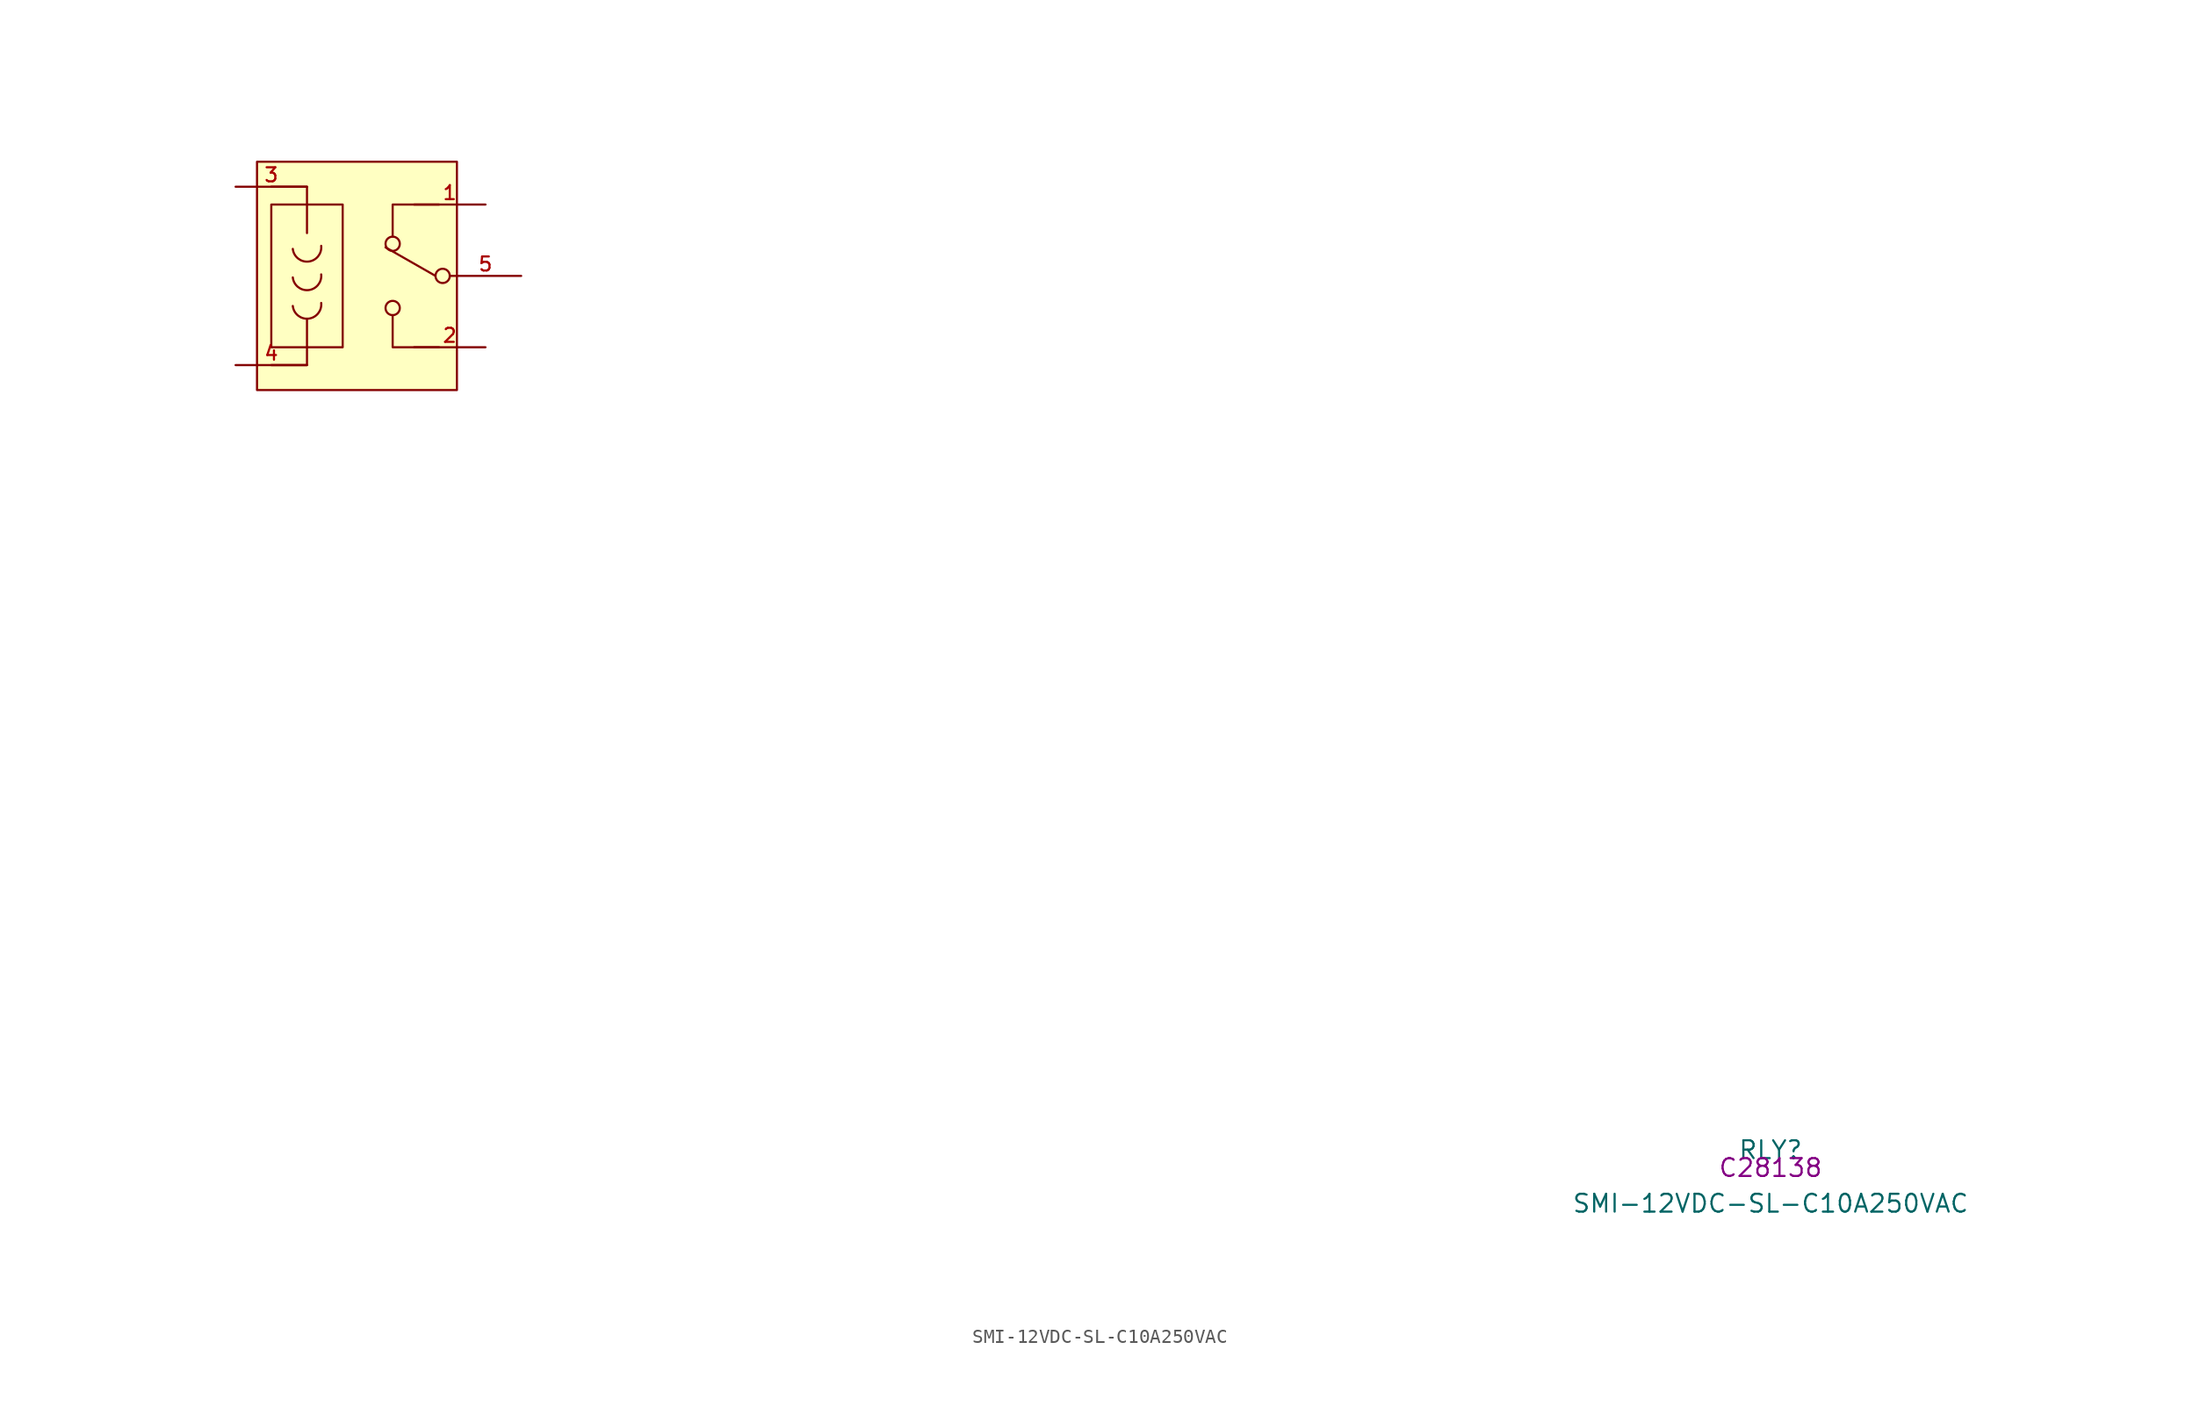
<source format=kicad_sym>
(kicad_symbol_lib
  (version 20210201)
  (generator TousstNicolas/JLC2KiCad_lib)
  (symbol "SMI-12VDC-SL-C10A250VAC"
    (pin_names hide)
    (property "Reference" "RLY"
      (at 0 1.27 0)
      (effects (font (size 1.27 1.27))))
    (property "Value" "SMI-12VDC-SL-C10A250VAC"
      (at 0 -2.54 0)
      (effects (font (size 1.27 1.27))))
    (property "LCSC" "C28138"
      (at 0 0 0)
      (effects (font (size 1.27 1.27))))
    (symbol "SMI-12VDC-SL-C10A250VAC_0_0"
      (rectangle (start -106.68 68.58) (end -101.6 58.42) (stroke (width 0) (type default) (color 0 0 0 0)) (fill (type background)))
      (arc (start -103.12973801016545 65.63982679736533) (mid -104.03217323076503 64.52173793224816) (end -105.15026207941264 65.424173173253) (stroke (width 0) (type default) (color 0 0 0 0)) (fill (type none)))
      (arc (start -103.12973801016545 63.60782679736533) (mid -104.03217323076503 62.48973793224816) (end -105.15026207941264 63.39217317325299) (stroke (width 0) (type default) (color 0 0 0 0)) (fill (type none)))
      (arc (start -103.12973801016545 61.57582679736533) (mid -104.03217323076503 60.45773793224816) (end -105.15026207941264 61.36017317325299) (stroke (width 0) (type default) (color 0 0 0 0)) (fill (type none)))
      (polyline (pts (xy -104.14 66.548) (xy -104.14 69.85) (xy -106.68 69.85)) (stroke (width 0) (type default) (color 0 0 0 0)) (fill (type none)))
      (polyline (pts (xy -104.14 60.452) (xy -104.14 57.15) (xy -106.68 57.15)) (stroke (width 0) (type default) (color 0 0 0 0)) (fill (type none)))
      (circle (center -98.044 65.786) (radius 0.508) (stroke (width 0) (type default) (color 0 0 0 0)) (fill (type background)))
      (polyline (pts (xy -98.044 66.294) (xy -98.044 68.58) (xy -94.742 68.58)) (stroke (width 0) (type default) (color 0 0 0 0)) (fill (type none)))
      (circle (center -98.044 61.214) (radius 0.508) (stroke (width 0) (type default) (color 0 0 0 0)) (fill (type background)))
      (polyline (pts (xy -98.044 60.706) (xy -98.044 58.42) (xy -94.742 58.42)) (stroke (width 0) (type default) (color 0 0 0 0)) (fill (type none)))
      (pin unspecified line (at -109.22 69.85 0) (length 5.08) (name "3" (effects (font (size 1 1)))) (number "3" (effects (font (size 1 1)))))
      (pin unspecified line (at -109.22 57.15 0) (length 5.08) (name "4" (effects (font (size 1 1)))) (number "4" (effects (font (size 1 1)))))
      (pin unspecified line (at -91.44 68.58 180) (length 5.08) (name "1" (effects (font (size 1 1)))) (number "1" (effects (font (size 1 1)))))
      (pin unspecified line (at -91.44 58.42 180) (length 5.08) (name "2" (effects (font (size 1 1)))) (number "2" (effects (font (size 1 1)))))
      (rectangle (start -107.696 71.628) (end -93.472 55.372) (stroke (width 0) (type default) (color 0 0 0 0)) (fill (type background)))
      (polyline (pts (xy -98.552 65.532) (xy -94.996 63.5)) (stroke (width 0) (type default) (color 0 0 0 0)) (fill (type none)))
      (pin unspecified line (at -88.9 63.5 180) (length 5.08) (name "5" (effects (font (size 1 1)))) (number "5" (effects (font (size 1 1)))))
      (circle (center -94.488 63.5) (radius 0.508) (stroke (width 0) (type default) (color 0 0 0 0)) (fill (type background))))))
</source>
